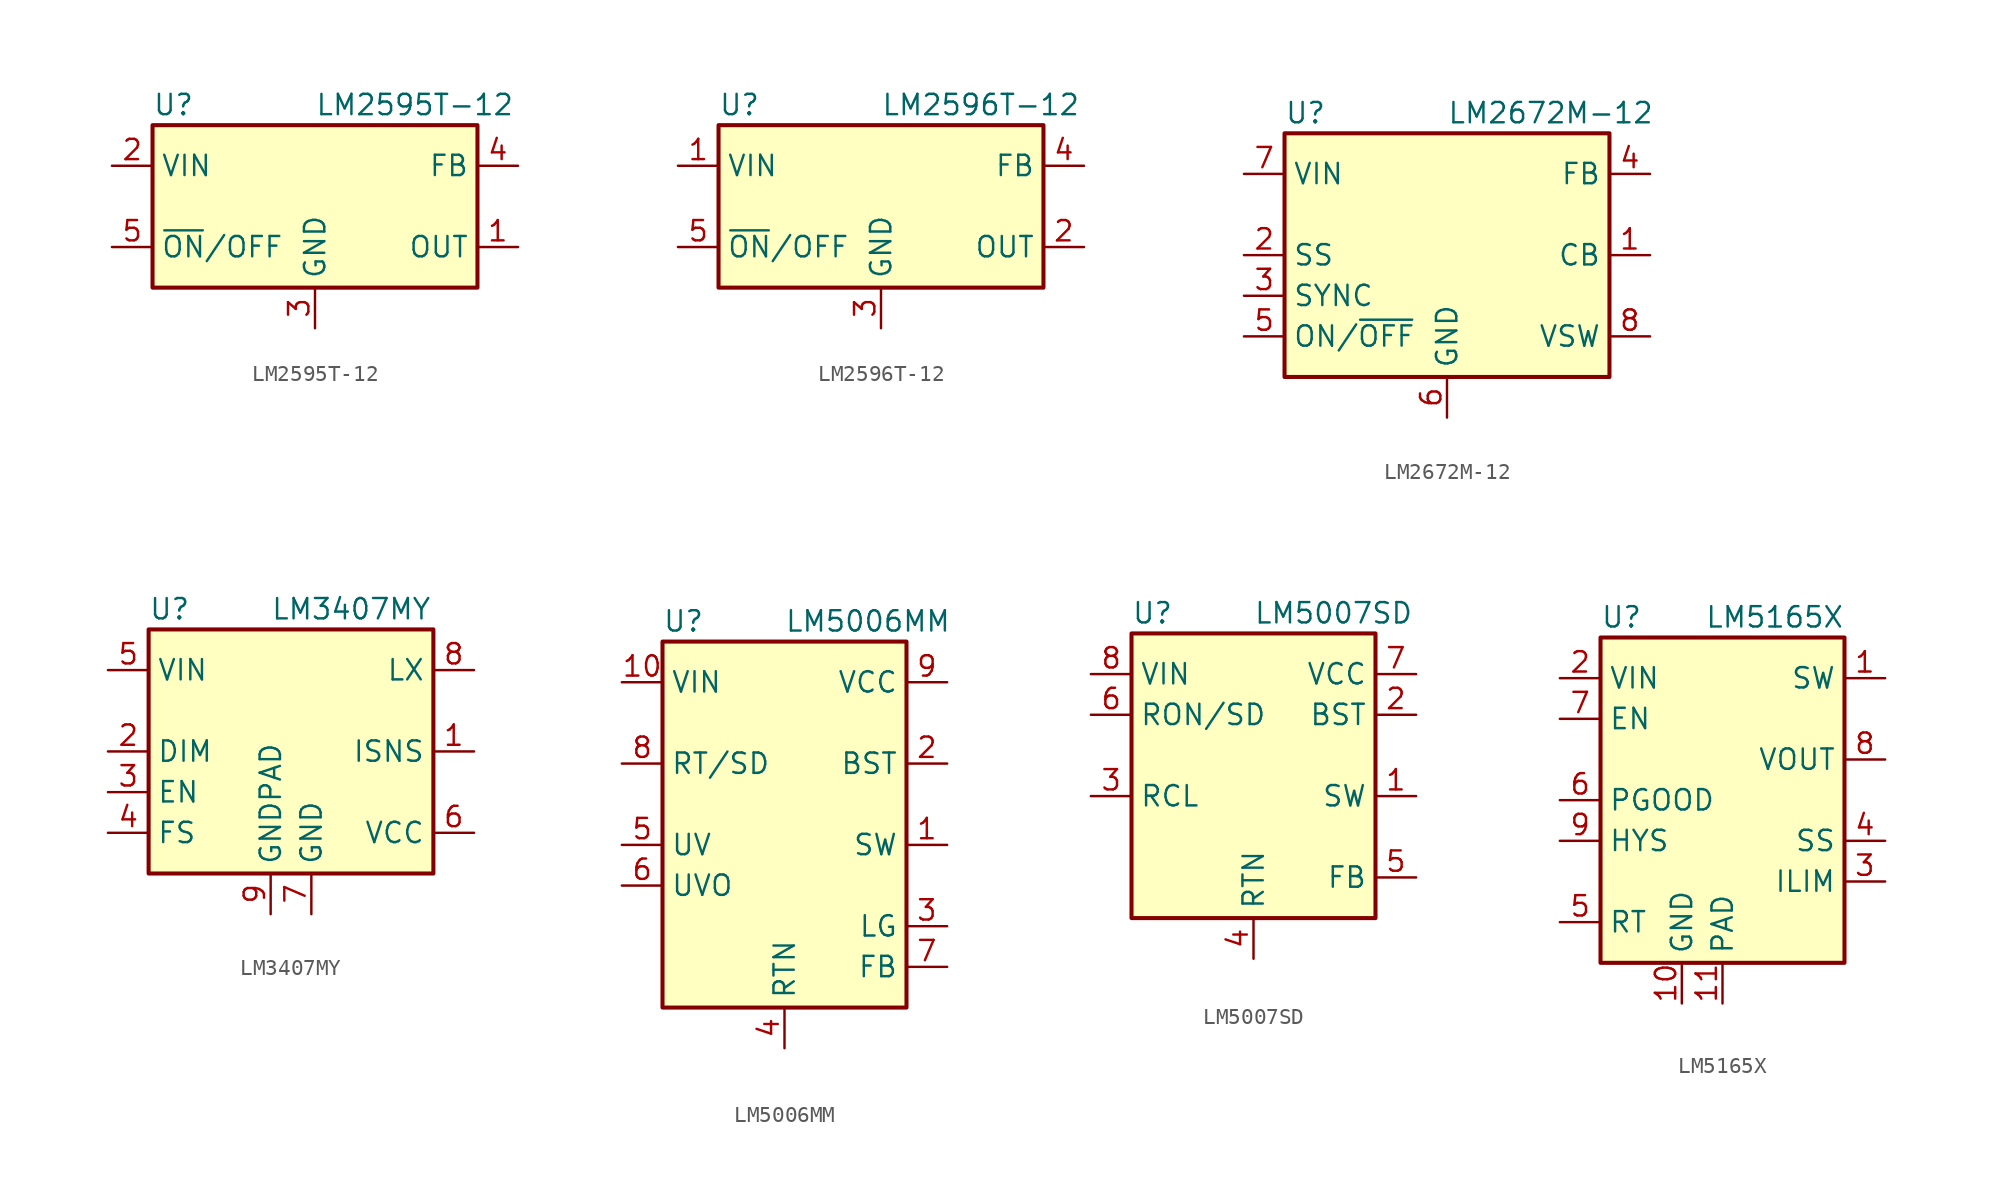
<source format=kicad_sym>
(kicad_symbol_lib
  (version 20201005)
  (generator kicad_symbol_editor)
  (symbol "LM2595T-12"
    (property "Reference" "U"
      (at -10.16 6.35 0)
      (effects (font (size 1.27 1.27)) (justify left)))
    (property "Value" "LM2595T-12"
      (at 0 6.35 0)
      (effects (font (size 1.27 1.27)) (justify left)))
    (symbol "LM2595T-12_0_1"
      (rectangle (start -10.16 5.08) (end 10.16 -5.08) (stroke (width 0.254)) (fill (type background))))
    (symbol "LM2595T-12_1_1"
      (pin output line (at 12.7 -2.54 180) (length 2.54) (name "OUT" (effects (font (size 1.27 1.27)))) (number "1" (effects (font (size 1.27 1.27)))))
      (pin power_in line (at -12.7 2.54 0) (length 2.54) (name "VIN" (effects (font (size 1.27 1.27)))) (number "2" (effects (font (size 1.27 1.27)))))
      (pin power_in line (at 0 -7.62 90) (length 2.54) (name "GND" (effects (font (size 1.27 1.27)))) (number "3" (effects (font (size 1.27 1.27)))))
      (pin input line (at 12.7 2.54 180) (length 2.54) (name "FB" (effects (font (size 1.27 1.27)))) (number "4" (effects (font (size 1.27 1.27)))))
      (pin input line (at -12.7 -2.54 0) (length 2.54) (name "~ON~/OFF" (effects (font (size 1.27 1.27)))) (number "5" (effects (font (size 1.27 1.27)))))))
  (symbol "LM2596T-12"
    (property "Reference" "U"
      (at -10.16 6.35 0)
      (effects (font (size 1.27 1.27)) (justify left)))
    (property "Value" "LM2596T-12"
      (at 0 6.35 0)
      (effects (font (size 1.27 1.27)) (justify left)))
    (symbol "LM2596T-12_0_1"
      (rectangle (start -10.16 5.08) (end 10.16 -5.08) (stroke (width 0.254)) (fill (type background))))
    (symbol "LM2596T-12_1_1"
      (pin power_in line (at -12.7 2.54 0) (length 2.54) (name "VIN" (effects (font (size 1.27 1.27)))) (number "1" (effects (font (size 1.27 1.27)))))
      (pin output line (at 12.7 -2.54 180) (length 2.54) (name "OUT" (effects (font (size 1.27 1.27)))) (number "2" (effects (font (size 1.27 1.27)))))
      (pin power_in line (at 0 -7.62 90) (length 2.54) (name "GND" (effects (font (size 1.27 1.27)))) (number "3" (effects (font (size 1.27 1.27)))))
      (pin input line (at 12.7 2.54 180) (length 2.54) (name "FB" (effects (font (size 1.27 1.27)))) (number "4" (effects (font (size 1.27 1.27)))))
      (pin input line (at -12.7 -2.54 0) (length 2.54) (name "~ON~/OFF" (effects (font (size 1.27 1.27)))) (number "5" (effects (font (size 1.27 1.27)))))))
  (symbol "LM2672M-12"
    (property "Reference" "U"
      (at -10.16 8.89 0)
      (effects (font (size 1.27 1.27)) (justify left)))
    (property "Value" "LM2672M-12"
      (at 0 8.89 0)
      (effects (font (size 1.27 1.27)) (justify left)))
    (symbol "LM2672M-12_0_1"
      (rectangle (start -10.16 7.62) (end 10.16 -7.62) (stroke (width 0.254)) (fill (type background))))
    (symbol "LM2672M-12_1_1"
      (pin input line (at 12.7 0 180) (length 2.54) (name "CB" (effects (font (size 1.27 1.27)))) (number "1" (effects (font (size 1.27 1.27)))))
      (pin input line (at -12.7 0 0) (length 2.54) (name "SS" (effects (font (size 1.27 1.27)))) (number "2" (effects (font (size 1.27 1.27)))))
      (pin input line (at -12.7 -2.54 0) (length 2.54) (name "SYNC" (effects (font (size 1.27 1.27)))) (number "3" (effects (font (size 1.27 1.27)))))
      (pin input line (at 12.7 5.08 180) (length 2.54) (name "FB" (effects (font (size 1.27 1.27)))) (number "4" (effects (font (size 1.27 1.27)))))
      (pin input line (at -12.7 -5.08 0) (length 2.54) (name "ON/~OFF" (effects (font (size 1.27 1.27)))) (number "5" (effects (font (size 1.27 1.27)))))
      (pin power_in line (at 0 -10.16 90) (length 2.54) (name "GND" (effects (font (size 1.27 1.27)))) (number "6" (effects (font (size 1.27 1.27)))))
      (pin power_in line (at -12.7 5.08 0) (length 2.54) (name "VIN" (effects (font (size 1.27 1.27)))) (number "7" (effects (font (size 1.27 1.27)))))
      (pin output line (at 12.7 -5.08 180) (length 2.54) (name "VSW" (effects (font (size 1.27 1.27)))) (number "8" (effects (font (size 1.27 1.27)))))))
  (symbol "LM3407MY"
    (property "Reference" "U"
      (at -7.62 8.89 0)
      (effects (font (size 1.27 1.27)) (justify left)))
    (property "Value" "LM3407MY"
      (at 0 8.89 0)
      (effects (font (size 1.27 1.27)) (justify left)))
    (symbol "LM3407MY_0_1"
      (rectangle (start -7.62 7.62) (end 10.16 -7.62) (stroke (width 0.254)) (fill (type background))))
    (symbol "LM3407MY_1_1"
      (pin output line (at 12.7 0 180) (length 2.54) (name "ISNS" (effects (font (size 1.27 1.27)))) (number "1" (effects (font (size 1.27 1.27)))))
      (pin input line (at -10.16 0 0) (length 2.54) (name "DIM" (effects (font (size 1.27 1.27)))) (number "2" (effects (font (size 1.27 1.27)))))
      (pin input line (at -10.16 -2.54 0) (length 2.54) (name "EN" (effects (font (size 1.27 1.27)))) (number "3" (effects (font (size 1.27 1.27)))))
      (pin output line (at -10.16 -5.08 0) (length 2.54) (name "FS" (effects (font (size 1.27 1.27)))) (number "4" (effects (font (size 1.27 1.27)))))
      (pin power_in line (at -10.16 5.08 0) (length 2.54) (name "VIN" (effects (font (size 1.27 1.27)))) (number "5" (effects (font (size 1.27 1.27)))))
      (pin output line (at 12.7 -5.08 180) (length 2.54) (name "VCC" (effects (font (size 1.27 1.27)))) (number "6" (effects (font (size 1.27 1.27)))))
      (pin power_in line (at 2.54 -10.16 90) (length 2.54) (name "GND" (effects (font (size 1.27 1.27)))) (number "7" (effects (font (size 1.27 1.27)))))
      (pin output line (at 12.7 5.08 180) (length 2.54) (name "LX" (effects (font (size 1.27 1.27)))) (number "8" (effects (font (size 1.27 1.27)))))
      (pin power_in line (at 0 -10.16 90) (length 2.54) (name "GNDPAD" (effects (font (size 1.27 1.27)))) (number "9" (effects (font (size 1.27 1.27)))))))
  (symbol "LM5006MM"
    (property "Reference" "U"
      (at -7.62 13.97 0)
      (effects (font (size 1.27 1.27)) (justify left)))
    (property "Value" "LM5006MM"
      (at 0 13.97 0)
      (effects (font (size 1.27 1.27)) (justify left)))
    (symbol "LM5006MM_0_1"
      (rectangle (start -7.62 12.7) (end 7.62 -10.16) (stroke (width 0.254)) (fill (type background))))
    (symbol "LM5006MM_1_1"
      (pin output line (at 10.16 0 180) (length 2.54) (name "SW" (effects (font (size 1.27 1.27)))) (number "1" (effects (font (size 1.27 1.27)))))
      (pin power_in line (at -10.16 10.16 0) (length 2.54) (name "VIN" (effects (font (size 1.27 1.27)))) (number "10" (effects (font (size 1.27 1.27)))))
      (pin input line (at 10.16 5.08 180) (length 2.54) (name "BST" (effects (font (size 1.27 1.27)))) (number "2" (effects (font (size 1.27 1.27)))))
      (pin output line (at 10.16 -5.08 180) (length 2.54) (name "LG" (effects (font (size 1.27 1.27)))) (number "3" (effects (font (size 1.27 1.27)))))
      (pin power_in line (at 0 -12.7 90) (length 2.54) (name "RTN" (effects (font (size 1.27 1.27)))) (number "4" (effects (font (size 1.27 1.27)))))
      (pin input line (at -10.16 0 0) (length 2.54) (name "UV" (effects (font (size 1.27 1.27)))) (number "5" (effects (font (size 1.27 1.27)))))
      (pin output line (at -10.16 -2.54 0) (length 2.54) (name "UVO" (effects (font (size 1.27 1.27)))) (number "6" (effects (font (size 1.27 1.27)))))
      (pin input line (at 10.16 -7.62 180) (length 2.54) (name "FB" (effects (font (size 1.27 1.27)))) (number "7" (effects (font (size 1.27 1.27)))))
      (pin input line (at -10.16 5.08 0) (length 2.54) (name "RT/SD" (effects (font (size 1.27 1.27)))) (number "8" (effects (font (size 1.27 1.27)))))
      (pin output line (at 10.16 10.16 180) (length 2.54) (name "VCC" (effects (font (size 1.27 1.27)))) (number "9" (effects (font (size 1.27 1.27)))))))
  (symbol "LM5007SD"
    (property "Reference" "U"
      (at -7.62 8.89 0)
      (effects (font (size 1.27 1.27)) (justify left)))
    (property "Value" "LM5007SD"
      (at 0 8.89 0)
      (effects (font (size 1.27 1.27)) (justify left)))
    (symbol "LM5007SD_0_1"
      (rectangle (start -7.62 7.62) (end 7.62 -10.16) (stroke (width 0.254)) (fill (type background))))
    (symbol "LM5007SD_1_1"
      (pin output line (at 10.16 -2.54 180) (length 2.54) (name "SW" (effects (font (size 1.27 1.27)))) (number "1" (effects (font (size 1.27 1.27)))))
      (pin input line (at 10.16 2.54 180) (length 2.54) (name "BST" (effects (font (size 1.27 1.27)))) (number "2" (effects (font (size 1.27 1.27)))))
      (pin input line (at -10.16 -2.54 0) (length 2.54) (name "RCL" (effects (font (size 1.27 1.27)))) (number "3" (effects (font (size 1.27 1.27)))))
      (pin power_in line (at 0 -12.7 90) (length 2.54) (name "RTN" (effects (font (size 1.27 1.27)))) (number "4" (effects (font (size 1.27 1.27)))))
      (pin input line (at 10.16 -7.62 180) (length 2.54) (name "FB" (effects (font (size 1.27 1.27)))) (number "5" (effects (font (size 1.27 1.27)))))
      (pin input line (at -10.16 2.54 0) (length 2.54) (name "RON/SD" (effects (font (size 1.27 1.27)))) (number "6" (effects (font (size 1.27 1.27)))))
      (pin output line (at 10.16 5.08 180) (length 2.54) (name "VCC" (effects (font (size 1.27 1.27)))) (number "7" (effects (font (size 1.27 1.27)))))
      (pin power_in line (at -10.16 5.08 0) (length 2.54) (name "VIN" (effects (font (size 1.27 1.27)))) (number "8" (effects (font (size 1.27 1.27)))))
      (pin passive line (at -2.54 -12.7 90) (length 2.54) hide (name "PAD" (effects (font (size 1.27 1.27)))) (number "9" (effects (font (size 1.27 1.27)))))))
  (symbol "LM5165X"
    (property "Reference" "U"
      (at -7.62 11.43 0)
      (effects (font (size 1.27 1.27)) (justify left)))
    (property "Value" "LM5165X"
      (at 7.62 11.43 0)
      (effects (font (size 1.27 1.27)) (justify right)))
    (symbol "LM5165X_0_1"
      (rectangle (start -7.62 10.16) (end 7.62 -10.16) (stroke (width 0.254)) (fill (type background))))
    (symbol "LM5165X_1_1"
      (pin power_out line (at 10.16 7.62 180) (length 2.54) (name "SW" (effects (font (size 1.27 1.27)))) (number "1" (effects (font (size 1.27 1.27)))))
      (pin power_in line (at -2.54 -12.7 90) (length 2.54) (name "GND" (effects (font (size 1.27 1.27)))) (number "10" (effects (font (size 1.27 1.27)))))
      (pin power_in line (at 0 -12.7 90) (length 2.54) (name "PAD" (effects (font (size 1.27 1.27)))) (number "11" (effects (font (size 1.27 1.27)))))
      (pin power_in line (at -10.16 7.62 0) (length 2.54) (name "VIN" (effects (font (size 1.27 1.27)))) (number "2" (effects (font (size 1.27 1.27)))))
      (pin input line (at 10.16 -5.08 180) (length 2.54) (name "ILIM" (effects (font (size 1.27 1.27)))) (number "3" (effects (font (size 1.27 1.27)))))
      (pin input line (at 10.16 -2.54 180) (length 2.54) (name "SS" (effects (font (size 1.27 1.27)))) (number "4" (effects (font (size 1.27 1.27)))))
      (pin input line (at -10.16 -7.62 0) (length 2.54) (name "RT" (effects (font (size 1.27 1.27)))) (number "5" (effects (font (size 1.27 1.27)))))
      (pin output line (at -10.16 0 0) (length 2.54) (name "PGOOD" (effects (font (size 1.27 1.27)))) (number "6" (effects (font (size 1.27 1.27)))))
      (pin input line (at -10.16 5.08 0) (length 2.54) (name "EN" (effects (font (size 1.27 1.27)))) (number "7" (effects (font (size 1.27 1.27)))))
      (pin input line (at 10.16 2.54 180) (length 2.54) (name "VOUT" (effects (font (size 1.27 1.27)))) (number "8" (effects (font (size 1.27 1.27)))))
      (pin output line (at -10.16 -2.54 0) (length 2.54) (name "HYS" (effects (font (size 1.27 1.27)))) (number "9" (effects (font (size 1.27 1.27))))))))
</source>
